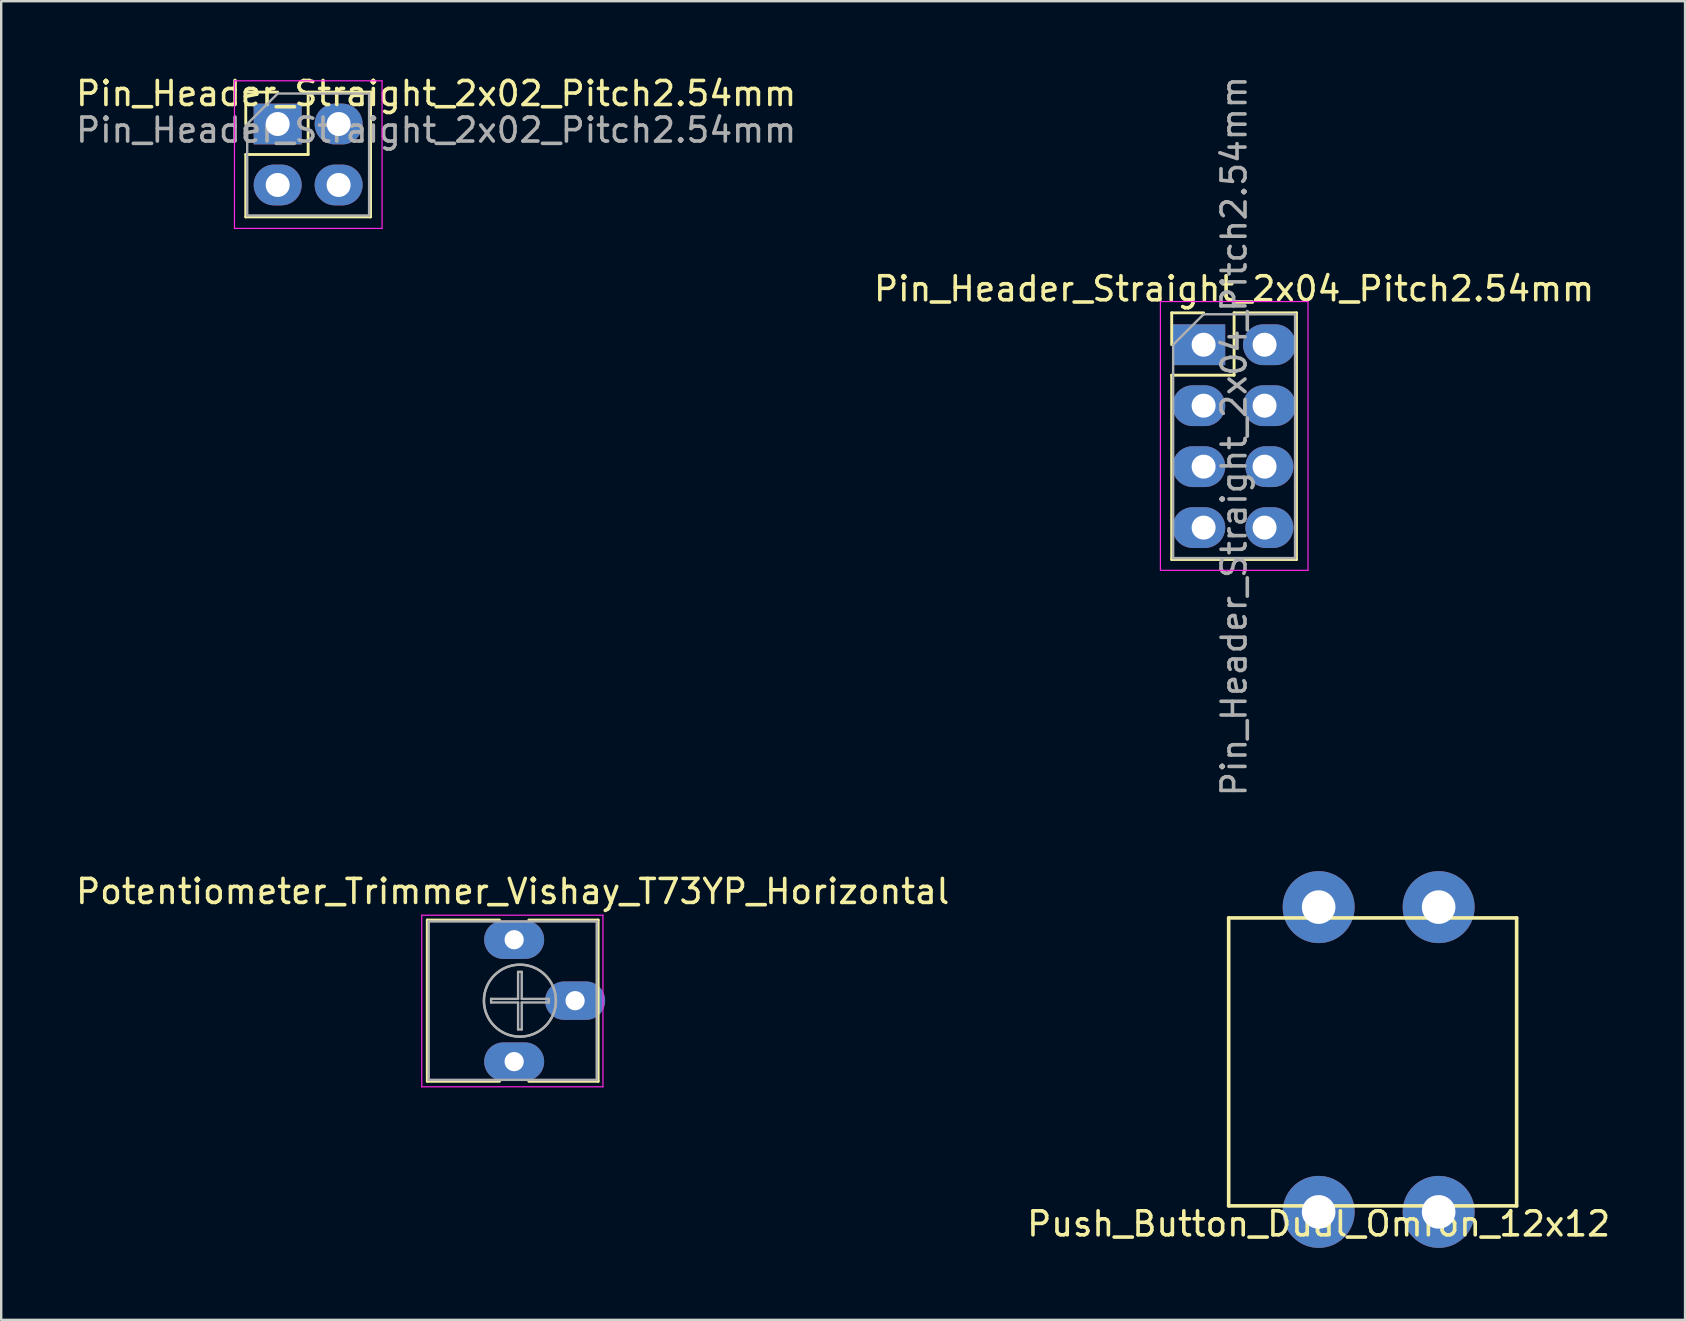
<source format=kicad_pcb>
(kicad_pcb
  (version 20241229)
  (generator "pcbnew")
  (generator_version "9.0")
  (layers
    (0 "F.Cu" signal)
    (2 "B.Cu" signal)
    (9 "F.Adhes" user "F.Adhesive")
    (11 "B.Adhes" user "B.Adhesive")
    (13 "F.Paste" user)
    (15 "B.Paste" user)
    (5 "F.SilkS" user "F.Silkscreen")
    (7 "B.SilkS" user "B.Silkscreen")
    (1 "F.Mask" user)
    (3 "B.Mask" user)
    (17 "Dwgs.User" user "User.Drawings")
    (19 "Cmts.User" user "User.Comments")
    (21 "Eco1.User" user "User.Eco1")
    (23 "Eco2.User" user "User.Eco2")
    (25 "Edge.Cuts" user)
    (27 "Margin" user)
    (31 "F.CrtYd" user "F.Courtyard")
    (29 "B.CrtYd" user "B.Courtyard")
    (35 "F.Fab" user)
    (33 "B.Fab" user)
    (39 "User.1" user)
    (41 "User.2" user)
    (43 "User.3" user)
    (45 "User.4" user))
  (footprint "Pin_Header_Straight_2x04_Pitch2.54mm"
    (layer "F.Cu")
    (at 47.105 11.315)
    (property "Reference" "Pin_Header_Straight_2x04_Pitch2.54mm" (at 1.27 -2.33 0) (layer "F.SilkS") (effects (font (size 1 1) (thickness 0.15))))
    (attr through_hole)
    (fp_line (start -1.33 -1.33) (end 0 -1.33) (stroke (width 0.12) (type solid)) (layer "F.SilkS"))
    (fp_line (start -1.33 0) (end -1.33 -1.33) (stroke (width 0.12) (type solid)) (layer "F.SilkS"))
    (fp_line (start -1.33 1.27) (end -1.33 8.95) (stroke (width 0.12) (type solid)) (layer "F.SilkS"))
    (fp_line (start -1.33 1.27) (end 1.27 1.27) (stroke (width 0.12) (type solid)) (layer "F.SilkS"))
    (fp_line (start -1.33 8.95) (end 3.87 8.95) (stroke (width 0.12) (type solid)) (layer "F.SilkS"))
    (fp_line (start 1.27 -1.33) (end 3.87 -1.33) (stroke (width 0.12) (type solid)) (layer "F.SilkS"))
    (fp_line (start 1.27 1.27) (end 1.27 -1.33) (stroke (width 0.12) (type solid)) (layer "F.SilkS"))
    (fp_line (start 3.87 -1.33) (end 3.87 8.95) (stroke (width 0.12) (type solid)) (layer "F.SilkS"))
    (fp_line (start -1.8 -1.8) (end -1.8 9.4) (stroke (width 0.05) (type solid)) (layer "F.CrtYd"))
    (fp_line (start -1.8 9.4) (end 4.35 9.4) (stroke (width 0.05) (type solid)) (layer "F.CrtYd"))
    (fp_line (start 4.35 -1.8) (end -1.8 -1.8) (stroke (width 0.05) (type solid)) (layer "F.CrtYd"))
    (fp_line (start 4.35 9.4) (end 4.35 -1.8) (stroke (width 0.05) (type solid)) (layer "F.CrtYd"))
    (fp_line (start -1.27 0) (end 0 -1.27) (stroke (width 0.1) (type solid)) (layer "F.Fab"))
    (fp_line (start -1.27 8.89) (end -1.27 0) (stroke (width 0.1) (type solid)) (layer "F.Fab"))
    (fp_line (start 0 -1.27) (end 3.81 -1.27) (stroke (width 0.1) (type solid)) (layer "F.Fab"))
    (fp_line (start 3.81 -1.27) (end 3.81 8.89) (stroke (width 0.1) (type solid)) (layer "F.Fab"))
    (fp_line (start 3.81 8.89) (end -1.27 8.89) (stroke (width 0.1) (type solid)) (layer "F.Fab"))
    (fp_text user "${REFERENCE}" (at 1.27 3.81 90) (layer "F.Fab") (effects (font (size 1 1) (thickness 0.15))))
    (pad "1" thru_hole rect (at 0 0) (size 2.2 1.7) (drill 1 (offset -0.2 0)) (layers "*.Cu" "*.Mask"))
    (pad "2" thru_hole oval (at 0 2.54) (size 2.2 1.7) (drill 1 (offset -0.2 0)) (layers "*.Cu" "*.Mask"))
    (pad "3" thru_hole oval (at 0 5.08) (size 2.2 1.7) (drill 1 (offset -0.2 0)) (layers "*.Cu" "*.Mask"))
    (pad "4" thru_hole oval (at 0 7.62) (size 2.2 1.7) (drill 1 (offset -0.2 0)) (layers "*.Cu" "*.Mask"))
    (pad "5" thru_hole oval (at 2.54 7.62) (size 2 1.7) (drill 1 (offset 0.2 0)) (layers "*.Cu" "*.Mask"))
    (pad "6" thru_hole oval (at 2.54 5.08) (size 2 1.7) (drill 1 (offset 0.2 0)) (layers "*.Cu" "*.Mask"))
    (pad "7" thru_hole oval (at 2.54 2.54) (size 2.2 1.7) (drill 1 (offset 0.2 0)) (layers "*.Cu" "*.Mask"))
    (pad "8" thru_hole oval (at 2.54 0) (size 2.2 1.7) (drill 1 (offset 0.2 0)) (layers "*.Cu" "*.Mask")))
  (footprint "Pin_Header_Straight_2x02_Pitch2.54mm"
    (layer "F.Cu")
    (at 8.521 2.118)
    (property "Reference" "Pin_Header_Straight_2x02_Pitch2.54mm" (at 6.604 -1.27 0) (layer "F.SilkS") (effects (font (size 1 1) (thickness 0.15))))
    (attr through_hole)
    (fp_line (start -1.33 -1.33) (end 0 -1.33) (stroke (width 0.12) (type solid)) (layer "F.SilkS"))
    (fp_line (start -1.33 0) (end -1.33 -1.33) (stroke (width 0.12) (type solid)) (layer "F.SilkS"))
    (fp_line (start -1.33 1.27) (end -1.33 3.87) (stroke (width 0.12) (type solid)) (layer "F.SilkS"))
    (fp_line (start -1.33 1.27) (end 1.27 1.27) (stroke (width 0.12) (type solid)) (layer "F.SilkS"))
    (fp_line (start -1.33 3.87) (end 3.87 3.87) (stroke (width 0.12) (type solid)) (layer "F.SilkS"))
    (fp_line (start 1.27 -1.33) (end 3.87 -1.33) (stroke (width 0.12) (type solid)) (layer "F.SilkS"))
    (fp_line (start 1.27 1.27) (end 1.27 -1.33) (stroke (width 0.12) (type solid)) (layer "F.SilkS"))
    (fp_line (start 3.87 -1.33) (end 3.87 3.87) (stroke (width 0.12) (type solid)) (layer "F.SilkS"))
    (fp_line (start -1.8 -1.8) (end -1.8 4.35) (stroke (width 0.05) (type solid)) (layer "F.CrtYd"))
    (fp_line (start -1.8 4.35) (end 4.35 4.35) (stroke (width 0.05) (type solid)) (layer "F.CrtYd"))
    (fp_line (start 4.35 -1.8) (end -1.8 -1.8) (stroke (width 0.05) (type solid)) (layer "F.CrtYd"))
    (fp_line (start 4.35 4.35) (end 4.35 -1.8) (stroke (width 0.05) (type solid)) (layer "F.CrtYd"))
    (fp_line (start -1.27 0) (end 0 -1.27) (stroke (width 0.1) (type solid)) (layer "F.Fab"))
    (fp_line (start -1.27 3.81) (end -1.27 0) (stroke (width 0.1) (type solid)) (layer "F.Fab"))
    (fp_line (start 0 -1.27) (end 3.81 -1.27) (stroke (width 0.1) (type solid)) (layer "F.Fab"))
    (fp_line (start 3.81 -1.27) (end 3.81 3.81) (stroke (width 0.1) (type solid)) (layer "F.Fab"))
    (fp_line (start 3.81 3.81) (end -1.27 3.81) (stroke (width 0.1) (type solid)) (layer "F.Fab"))
    (fp_text user "${REFERENCE}" (at 6.604 0.254 180) (layer "F.Fab") (effects (font (size 1 1) (thickness 0.15))))
    (pad "1" thru_hole rect (at 0 0) (size 2 1.7) (drill 1) (layers "*.Cu" "*.Mask"))
    (pad "2" thru_hole oval (at 2.54 0) (size 2 1.7) (drill 1) (layers "*.Cu" "*.Mask"))
    (pad "3" thru_hole oval (at 0 2.54) (size 2 1.7) (drill 1) (layers "*.Cu" "*.Mask"))
    (pad "4" thru_hole oval (at 2.54 2.54) (size 2 1.7) (drill 1) (layers "*.Cu" "*.Mask")))
  (footprint "Potentiometer_Trimmer_Vishay_T73YP_Horizontal"
    (layer "F.Cu")
    (at 18.375 41.188)
    (property "Reference" "Potentiometer_Trimmer_Vishay_T73YP_Horizontal" (at -0.06 -7.09 0) (layer "F.SilkS") (effects (font (size 1 1) (thickness 0.15))))
    (attr through_hole)
    (fp_line (start -3.62 -5.9) (end -3.62 0.82) (stroke (width 0.12) (type solid)) (layer "F.SilkS"))
    (fp_line (start -3.62 -5.9) (end -0.611 -5.9) (stroke (width 0.12) (type solid)) (layer "F.SilkS"))
    (fp_line (start -3.62 0.82) (end -0.611 0.82) (stroke (width 0.12) (type solid)) (layer "F.SilkS"))
    (fp_line (start 0.611 -5.9) (end 3.5 -5.9) (stroke (width 0.12) (type solid)) (layer "F.SilkS"))
    (fp_line (start 0.611 0.82) (end 3.5 0.82) (stroke (width 0.12) (type solid)) (layer "F.SilkS"))
    (fp_line (start 3.5 -5.9) (end 3.5 0.82) (stroke (width 0.12) (type solid)) (layer "F.SilkS"))
    (fp_line (start -3.85 -6.1) (end -3.85 1.05) (stroke (width 0.05) (type solid)) (layer "F.CrtYd"))
    (fp_line (start -3.85 1.05) (end 3.7 1.05) (stroke (width 0.05) (type solid)) (layer "F.CrtYd"))
    (fp_line (start 3.7 -6.1) (end -3.85 -6.1) (stroke (width 0.05) (type solid)) (layer "F.CrtYd"))
    (fp_line (start 3.7 1.05) (end 3.7 -6.1) (stroke (width 0.05) (type solid)) (layer "F.CrtYd"))
    (fp_line (start -3.56 -5.84) (end -3.56 0.76) (stroke (width 0.1) (type solid)) (layer "F.Fab"))
    (fp_line (start -3.56 0.76) (end 3.44 0.76) (stroke (width 0.1) (type solid)) (layer "F.Fab"))
    (fp_line (start -0.961 -2.616) (end 0.164 -2.616) (stroke (width 0.1) (type solid)) (layer "F.Fab"))
    (fp_line (start -0.961 -2.464) (end -0.961 -2.616) (stroke (width 0.1) (type solid)) (layer "F.Fab"))
    (fp_line (start 0.164 -3.741) (end 0.316 -3.741) (stroke (width 0.1) (type solid)) (layer "F.Fab"))
    (fp_line (start 0.164 -2.616) (end 0.164 -3.741) (stroke (width 0.1) (type solid)) (layer "F.Fab"))
    (fp_line (start 0.164 -2.464) (end -0.961 -2.464) (stroke (width 0.1) (type solid)) (layer "F.Fab"))
    (fp_line (start 0.164 -1.339) (end 0.164 -2.464) (stroke (width 0.1) (type solid)) (layer "F.Fab"))
    (fp_line (start 0.316 -3.741) (end 0.316 -2.616) (stroke (width 0.1) (type solid)) (layer "F.Fab"))
    (fp_line (start 0.316 -2.616) (end 1.441 -2.616) (stroke (width 0.1) (type solid)) (layer "F.Fab"))
    (fp_line (start 0.316 -2.464) (end 0.316 -1.339) (stroke (width 0.1) (type solid)) (layer "F.Fab"))
    (fp_line (start 0.316 -1.339) (end 0.164 -1.339) (stroke (width 0.1) (type solid)) (layer "F.Fab"))
    (fp_line (start 1.441 -2.616) (end 1.441 -2.464) (stroke (width 0.1) (type solid)) (layer "F.Fab"))
    (fp_line (start 1.441 -2.464) (end 0.316 -2.464) (stroke (width 0.1) (type solid)) (layer "F.Fab"))
    (fp_line (start 3.44 -5.84) (end -3.56 -5.84) (stroke (width 0.1) (type solid)) (layer "F.Fab"))
    (fp_line (start 3.44 0.76) (end 3.44 -5.84) (stroke (width 0.1) (type solid)) (layer "F.Fab"))
    (fp_circle (center 0.24 -2.54) (end 1.74 -2.54) (stroke (width 0.1) (type solid)) (fill no) (layer "F.Fab"))
    (fp_circle (center 0.24 -2.54) (end 1.74 -2.54) (stroke (width 0.1) (type solid)) (fill no) (layer "F.Fab"))
    (pad "1" thru_hole oval (at 0 0) (size 2.5 1.6) (drill 0.8) (layers "*.Cu" "*.Mask"))
    (pad "2" thru_hole oval (at 2.54 -2.54) (size 2.5 1.6) (drill 0.8) (layers "*.Cu" "*.Mask"))
    (pad "3" thru_hole oval (at 0 -5.08) (size 2.5 1.6) (drill 0.8) (layers "*.Cu" "*.Mask")))
  (footprint "Push_Button_Dual_Omron_12x12"
    (layer "F.Cu")
    (at 51.899 47.45)
    (property "Reference" "Push_Button_Dual_Omron_12x12" (at 0 0.5 0) (layer "F.SilkS") (effects (font (size 1 1) (thickness 0.15))))
    (attr through_hole)
    (fp_line (start -3.75 -12.25) (end 8.25 -12.25) (stroke (width 0.15) (type solid)) (layer "F.SilkS"))
    (fp_line (start -3.75 -0.25) (end -3.75 -12.25) (stroke (width 0.15) (type solid)) (layer "F.SilkS"))
    (fp_line (start 8.25 -12.25) (end 8.25 -0.25) (stroke (width 0.15) (type solid)) (layer "F.SilkS"))
    (fp_line (start 8.25 -0.25) (end -3.75 -0.25) (stroke (width 0.15) (type solid)) (layer "F.SilkS"))
    (pad "1" thru_hole circle (at 0 0) (size 3 3) (drill 1.4) (layers "*.Cu" "*.Mask"))
    (pad "2" thru_hole circle (at 5 0) (size 3 3) (drill 1.4) (layers "*.Cu" "*.Mask"))
    (pad "3" thru_hole circle (at 0 -12.7) (size 3 3) (drill 1.4) (layers "*.Cu" "*.Mask"))
    (pad "4" thru_hole circle (at 5 -12.7) (size 3 3) (drill 1.4) (layers "*.Cu" "*.Mask")))
  (gr_rect
    (start -3 -3)
    (end 67.167 51.95)
    (stroke (width 0.1) (type default))
    (fill no)
    (layer "Edge.Cuts")))
</source>
